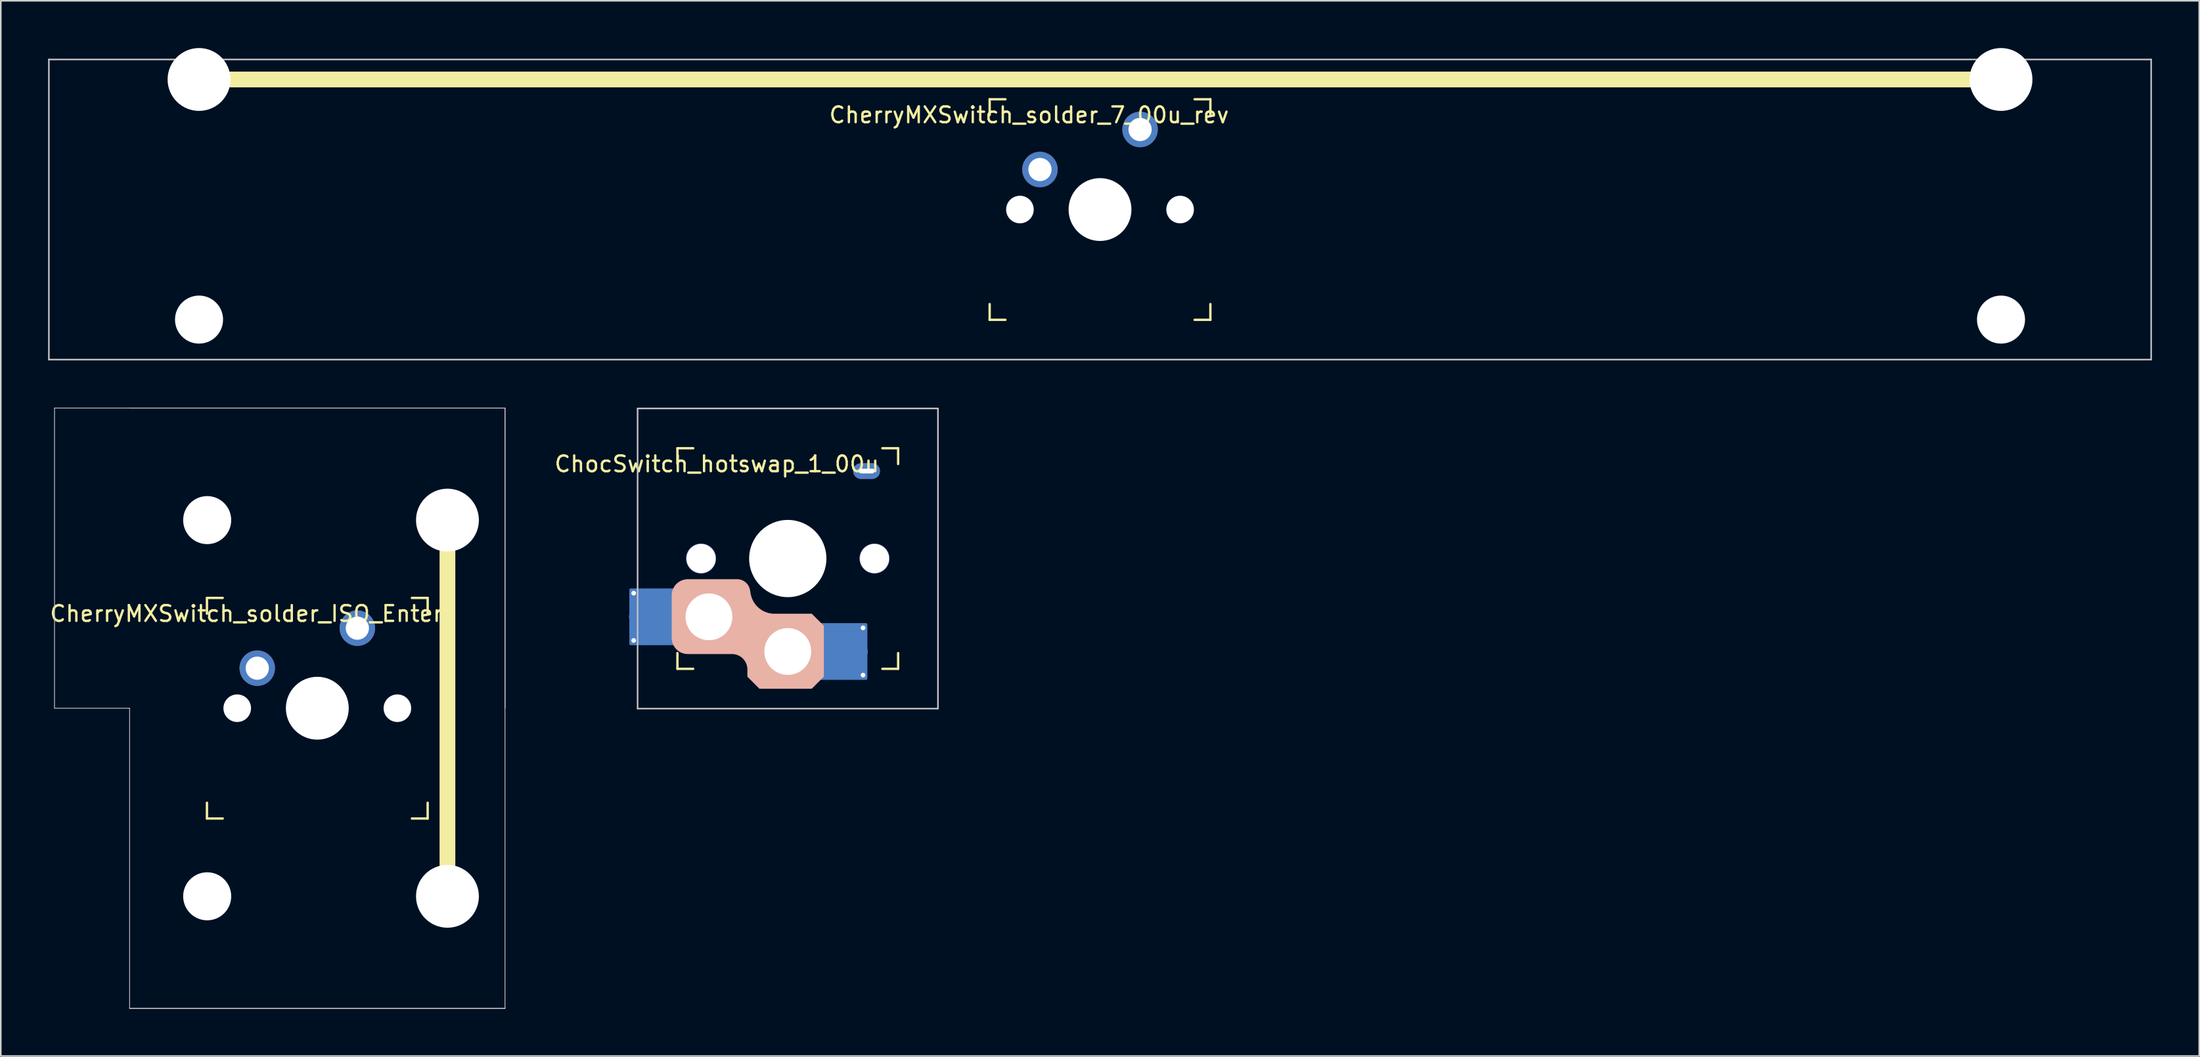
<source format=kicad_pcb>
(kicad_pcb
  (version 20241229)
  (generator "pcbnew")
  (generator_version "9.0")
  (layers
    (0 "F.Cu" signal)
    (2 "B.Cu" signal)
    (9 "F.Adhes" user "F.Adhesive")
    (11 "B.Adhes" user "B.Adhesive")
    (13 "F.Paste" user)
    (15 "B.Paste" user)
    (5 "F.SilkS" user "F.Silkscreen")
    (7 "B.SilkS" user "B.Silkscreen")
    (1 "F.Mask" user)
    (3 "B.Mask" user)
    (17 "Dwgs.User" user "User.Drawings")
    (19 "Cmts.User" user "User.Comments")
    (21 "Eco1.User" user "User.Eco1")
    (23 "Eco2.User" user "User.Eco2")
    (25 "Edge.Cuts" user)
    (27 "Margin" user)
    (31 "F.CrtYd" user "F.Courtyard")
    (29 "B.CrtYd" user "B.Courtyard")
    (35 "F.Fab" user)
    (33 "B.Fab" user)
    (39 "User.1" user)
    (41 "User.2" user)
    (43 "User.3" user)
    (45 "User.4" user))
  (footprint "ChocSwitch_hotswap_1_00u"
    (layer "F.Cu")
    (at 46.919 32.399)
    (property "Reference" "ChocSwitch_hotswap_1_00u" (at -4.5 -6 0) (unlocked yes) (layer "F.SilkS") (effects (font (size 1 1) (thickness 0.15))))
    (attr smd)
    (fp_line (start -7 -7) (end -6 -7) (stroke (width 0.15) (type solid)) (layer "F.SilkS"))
    (fp_line (start -7 -6) (end -7 -7) (stroke (width 0.15) (type solid)) (layer "F.SilkS"))
    (fp_line (start -7 7) (end -7 6) (stroke (width 0.15) (type solid)) (layer "F.SilkS"))
    (fp_line (start -6 7) (end -7 7) (stroke (width 0.15) (type solid)) (layer "F.SilkS"))
    (fp_line (start 6 7) (end 7 7) (stroke (width 0.15) (type solid)) (layer "F.SilkS"))
    (fp_line (start 7 -7) (end 6 -7) (stroke (width 0.15) (type solid)) (layer "F.SilkS"))
    (fp_line (start 7 -6) (end 7 -7) (stroke (width 0.15) (type solid)) (layer "F.SilkS"))
    (fp_line (start 7 7) (end 7 6) (stroke (width 0.15) (type solid)) (layer "F.SilkS"))
    (fp_line (start 9.525 9.525) (end 9.525 9.525) (stroke (width 0.071) (type solid)) (layer "B.SilkS"))
    (fp_poly (pts (xy -3.176 1.338) (xy -3.14 1.341) (xy -3.104 1.345) (xy -3.069 1.35) (xy -3.034 1.357) (xy -3 1.366) (xy -2.967 1.376) (xy -2.934 1.387) (xy -2.901 1.4) (xy -2.87 1.414) (xy -2.839 1.43) (xy -2.808 1.446) (xy -2.779 1.464) (xy -2.75 1.484) (xy -2.723 1.504) (xy -2.696 1.526) (xy -2.67 1.548) (xy -2.645 1.572) (xy -2.621 1.597) (xy -2.598 1.623) (xy -2.577 1.65) (xy -2.556 1.677) (xy -2.537 1.706) (xy -2.519 1.736) (xy -2.502 1.766) (xy -2.486 1.798) (xy -2.472 1.83) (xy -2.459 1.863) (xy -2.447 1.896) (xy -2.437 1.931) (xy -2.428 1.966) (xy -2.421 2.001) (xy -2.38 2.238) (xy -2.366 2.308) (xy -2.349 2.376) (xy -2.329 2.442) (xy -2.307 2.508) (xy -2.281 2.572) (xy -2.254 2.634) (xy -2.223 2.695) (xy -2.19 2.755) (xy -2.155 2.812) (xy -2.117 2.868) (xy -2.077 2.922) (xy -2.035 2.974) (xy -1.991 3.025) (xy -1.944 3.073) (xy -1.896 3.119) (xy -1.846 3.163) (xy -1.793 3.205) (xy -1.739 3.245) (xy -1.684 3.282) (xy -1.627 3.317) (xy -1.568 3.349) (xy -1.508 3.379) (xy -1.446 3.407) (xy -1.383 3.432) (xy -1.319 3.454) (xy -1.254 3.473) (xy -1.188 3.49) (xy -1.12 3.504) (xy -1.052 3.514) (xy -0.983 3.522) (xy -0.913 3.527) (xy -0.842 3.528) (xy 1.512 3.528) (xy 2.262 4.278) (xy 2.262 7.488) (xy 1.512 8.238) (xy -1.788 8.238) (xy -2.538 7.488) (xy -2.538 7.038) (xy -2.539 6.988) (xy -2.543 6.939) (xy -2.549 6.89) (xy -2.558 6.842) (xy -2.568 6.794) (xy -2.581 6.747) (xy -2.597 6.7) (xy -2.614 6.655) (xy -2.634 6.61) (xy -2.656 6.567) (xy -2.68 6.524) (xy -2.706 6.483) (xy -2.734 6.443) (xy -2.765 6.404) (xy -2.797 6.366) (xy -2.831 6.331) (xy -2.867 6.296) (xy -2.905 6.264) (xy -2.943 6.234) (xy -2.983 6.206) (xy -3.025 6.179) (xy -3.067 6.155) (xy -3.111 6.134) (xy -3.156 6.114) (xy -3.201 6.096) (xy -3.247 6.081) (xy -3.294 6.068) (xy -3.342 6.057) (xy -3.391 6.049) (xy -3.439 6.043) (xy -3.489 6.039) (xy -3.538 6.038) (xy -6.338 6.038) (xy -6.388 6.036) (xy -6.437 6.033) (xy -6.486 6.027) (xy -6.534 6.018) (xy -6.582 6.007) (xy -6.629 5.994) (xy -6.675 5.979) (xy -6.721 5.962) (xy -6.766 5.942) (xy -6.809 5.92) (xy -6.852 5.896) (xy -6.893 5.87) (xy -6.933 5.841) (xy -6.972 5.811) (xy -7.009 5.779) (xy -7.045 5.745) (xy -7.08 5.709) (xy -7.112 5.671) (xy -7.142 5.633) (xy -7.17 5.592) (xy -7.196 5.551) (xy -7.22 5.509) (xy -7.242 5.465) (xy -7.262 5.42) (xy -7.28 5.375) (xy -7.295 5.329) (xy -7.308 5.281) (xy -7.319 5.234) (xy -7.327 5.185) (xy -7.333 5.137) (xy -7.337 5.087) (xy -7.338 5.038) (xy -7.338 2.338) (xy -7.337 2.288) (xy -7.333 2.239) (xy -7.327 2.19) (xy -7.319 2.142) (xy -7.308 2.094) (xy -7.295 2.047) (xy -7.28 2) (xy -7.262 1.955) (xy -7.242 1.91) (xy -7.22 1.867) (xy -7.196 1.824) (xy -7.17 1.783) (xy -7.142 1.743) (xy -7.112 1.704) (xy -7.08 1.666) (xy -7.045 1.63) (xy -7.009 1.596) (xy -6.972 1.564) (xy -6.933 1.534) (xy -6.893 1.506) (xy -6.852 1.48) (xy -6.809 1.455) (xy -6.766 1.434) (xy -6.721 1.414) (xy -6.675 1.396) (xy -6.629 1.381) (xy -6.582 1.368) (xy -6.534 1.357) (xy -6.486 1.349) (xy -6.437 1.342) (xy -6.388 1.339) (xy -6.338 1.338) (xy -3.212 1.338)) (stroke (width 0.05) (type solid)) (fill yes) (layer "B.SilkS"))
    (fp_line (start -9.525 -9.525) (end 9.525 -9.525) (stroke (width 0.1) (type solid)) (layer "Dwgs.User"))
    (fp_line (start -9.525 9.525) (end -9.525 -9.525) (stroke (width 0.1) (type solid)) (layer "Dwgs.User"))
    (fp_line (start 9.525 -9.525) (end 9.525 9.525) (stroke (width 0.1) (type solid)) (layer "Dwgs.User"))
    (fp_line (start 9.525 9.525) (end -9.525 9.525) (stroke (width 0.1) (type solid)) (layer "Dwgs.User"))
    (fp_line (start -7 -7) (end 7 -7) (stroke (width 0.1) (type solid)) (layer "Eco1.User"))
    (fp_line (start -7 7) (end -7 -7) (stroke (width 0.1) (type solid)) (layer "Eco1.User"))
    (fp_line (start 7 -7) (end 7 7) (stroke (width 0.1) (type solid)) (layer "Eco1.User"))
    (fp_line (start 7 7) (end -7 7) (stroke (width 0.1) (type solid)) (layer "Eco1.User"))
    (fp_rect (start -1.75 -3.25) (end 1.75 -6.35) (stroke (width 0.1) (type solid)) (fill no) (layer "Eco1.User"))
    (fp_line (start 0 0) (end 0 -4.7) (stroke (width 0.05) (type solid)) (layer "Eco2.User"))
    (fp_line (start 0 0) (end 7 6.25) (stroke (width 0.05) (type solid)) (layer "Eco2.User"))
    (pad "" np_thru_hole circle (at -5.5 0 90) (size 1.9 1.9) (drill 1.85) (layers "*.Cu" "*.Mask"))
    (pad "" np_thru_hole circle (at -5 3.7 90) (size 3 3) (drill 2.97) (layers "*.Cu" "*.Mask"))
    (pad "" np_thru_hole circle (at 0 0 90) (size 4.9 4.9) (drill 4.9) (layers "*.Cu" "*.Mask"))
    (pad "" np_thru_hole circle (at 0 5.9 90) (size 2.97 2.97) (drill 2.97) (layers "*.Cu" "*.Mask"))
    (pad "" thru_hole oval (at 5 -5.55) (size 1.7 1) (drill oval 1 0.3) (layers "*.Cu" "*.Mask"))
    (pad "" np_thru_hole circle (at 5.5 0 90) (size 1.9 1.9) (drill 1.85) (layers "*.Cu" "*.Mask"))
    (pad "1" smd roundrect (at 3.3 5.9) (size 2.6 2.6) (layers "B.Cu" "B.Mask" "B.Paste") (roundrect_rratio 0.1))
    (pad "1" smd roundrect (at 3.5 5.9) (size 3.1 3.6) (layers "B.Cu") (roundrect_rratio 0.029))
    (pad "1" smd circle (at 4.575 5.9 180) (size 1 1) (layers "B.Cu" "B.Mask" "B.Paste"))
    (pad "1" thru_hole circle (at 4.775 4.4 180) (size 0.5 0.5) (drill 0.3) (layers "*.Cu" "F.Mask"))
    (pad "1" thru_hole circle (at 4.775 7.4 180) (size 0.5 0.5) (drill 0.3) (layers "*.Cu" "F.Mask"))
    (pad "2" thru_hole circle (at -9.775 2.2) (size 0.5 0.5) (drill 0.3) (layers "*.Cu" "F.Mask"))
    (pad "2" thru_hole circle (at -9.775 5.2) (size 0.5 0.5) (drill 0.3) (layers "*.Cu" "F.Mask"))
    (pad "2" smd circle (at -9.575 3.7) (size 1 1) (layers "B.Cu" "B.Mask" "B.Paste"))
    (pad "2" smd roundrect (at -8.5 3.7 180) (size 3.1 3.6) (layers "B.Cu") (roundrect_rratio 0.029))
    (pad "2" smd roundrect (at -8.3 3.7 180) (size 2.6 2.6) (layers "B.Cu" "B.Mask" "B.Paste") (roundrect_rratio 0.1)))
  (footprint "CherryMXSwitch_solder_7_00u_rev"
    (layer "F.Cu")
    (at 66.725 10.249)
    (property "Reference" "CherryMXSwitch_solder_7_00u_rev" (at -4.5 -6 0) (unlocked yes) (layer "F.SilkS") (effects (font (size 1 1) (thickness 0.15))))
    (attr smd)
    (fp_line (start -7 -7) (end -6 -7) (stroke (width 0.15) (type solid)) (layer "F.SilkS"))
    (fp_line (start -7 -6) (end -7 -7) (stroke (width 0.15) (type solid)) (layer "F.SilkS"))
    (fp_line (start -7 6) (end -7 7) (stroke (width 0.15) (type solid)) (layer "F.SilkS"))
    (fp_line (start -7 7) (end -6 7) (stroke (width 0.15) (type solid)) (layer "F.SilkS"))
    (fp_line (start 6 7) (end 7 7) (stroke (width 0.15) (type solid)) (layer "F.SilkS"))
    (fp_line (start 7 -7) (end 6 -7) (stroke (width 0.15) (type solid)) (layer "F.SilkS"))
    (fp_line (start 7 -7) (end 7 -6) (stroke (width 0.15) (type solid)) (layer "F.SilkS"))
    (fp_line (start 7 7) (end 7 6) (stroke (width 0.15) (type solid)) (layer "F.SilkS"))
    (fp_line (start 57.15 -8.255) (end -57.15 -8.255) (stroke (width 1) (type solid)) (layer "F.SilkS"))
    (fp_line (start -66.675 -9.525) (end 66.675 -9.525) (stroke (width 0.1) (type solid)) (layer "Dwgs.User"))
    (fp_line (start -66.675 9.525) (end -66.675 -9.525) (stroke (width 0.1) (type solid)) (layer "Dwgs.User"))
    (fp_line (start 66.675 -9.525) (end 66.675 9.525) (stroke (width 0.1) (type solid)) (layer "Dwgs.User"))
    (fp_line (start 66.675 9.525) (end -66.675 9.525) (stroke (width 0.1) (type solid)) (layer "Dwgs.User"))
    (fp_line (start -7 -7) (end 7 -7) (stroke (width 0.1) (type solid)) (layer "Eco1.User"))
    (fp_line (start -7 7) (end -7 -7) (stroke (width 0.1) (type solid)) (layer "Eco1.User"))
    (fp_line (start 7 -7) (end 7 7) (stroke (width 0.1) (type solid)) (layer "Eco1.User"))
    (fp_line (start 7 7) (end -7 7) (stroke (width 0.1) (type solid)) (layer "Eco1.User"))
    (fp_rect (start 1.75 3.25) (end -1.75 6.35) (stroke (width 0.1) (type solid)) (fill no) (layer "Eco1.User"))
    (fp_line (start 0 0) (end 0 4.8) (stroke (width 0.05) (type solid)) (layer "Eco2.User"))
    (fp_line (start 0 0) (end 8.262 0) (stroke (width 0.05) (type solid)) (layer "Eco2.User"))
    (pad "" np_thru_hole circle (at -57.15 -8.255) (size 3.988 3.988) (drill 3.988) (layers "*.Cu" "*.Mask"))
    (pad "" np_thru_hole circle (at -57.15 6.985) (size 3.048 3.048) (drill 3.048) (layers "*.Cu" "*.Mask"))
    (pad "" np_thru_hole circle (at -5.08 0 48.1) (size 1.75 1.75) (drill 1.75) (layers "*.Cu" "*.Mask"))
    (pad "" np_thru_hole circle (at 0 0) (size 3.988 3.988) (drill 3.988) (layers "*.Cu" "*.Mask"))
    (pad "" np_thru_hole circle (at 5.08 0 48.1) (size 1.75 1.75) (drill 1.75) (layers "*.Cu" "*.Mask"))
    (pad "" np_thru_hole circle (at 57.15 -8.255) (size 3.988 3.988) (drill 3.988) (layers "*.Cu" "*.Mask"))
    (pad "" np_thru_hole circle (at 57.15 6.985) (size 3.048 3.048) (drill 3.048) (layers "*.Cu" "*.Mask"))
    (pad "1" thru_hole circle (at -3.81 -2.54) (size 2.25 2.25) (drill 1.47) (layers "*.Cu" "*.Mask"))
    (pad "2" thru_hole circle (at 2.54 -5.08) (size 2.25 2.25) (drill 1.47) (layers "*.Cu" "*.Mask")))
  (footprint "CherryMXSwitch_solder_ISO_Enter"
    (layer "F.Cu")
    (at 17.077 41.899)
    (property "Reference" "CherryMXSwitch_solder_ISO_Enter" (at -4.5 -6 0) (unlocked yes) (layer "F.SilkS") (effects (font (size 1 1) (thickness 0.15))))
    (attr smd)
    (fp_line (start -7 -7) (end -6 -7) (stroke (width 0.15) (type solid)) (layer "F.SilkS"))
    (fp_line (start -7 -6) (end -7 -7) (stroke (width 0.15) (type solid)) (layer "F.SilkS"))
    (fp_line (start -7 6) (end -7 7) (stroke (width 0.15) (type solid)) (layer "F.SilkS"))
    (fp_line (start -7 7) (end -6 7) (stroke (width 0.15) (type solid)) (layer "F.SilkS"))
    (fp_line (start 6 7) (end 7 7) (stroke (width 0.15) (type solid)) (layer "F.SilkS"))
    (fp_line (start 7 -7) (end 6 -7) (stroke (width 0.15) (type solid)) (layer "F.SilkS"))
    (fp_line (start 7 -7) (end 7 -6) (stroke (width 0.15) (type solid)) (layer "F.SilkS"))
    (fp_line (start 7 7) (end 7 6) (stroke (width 0.15) (type solid)) (layer "F.SilkS"))
    (fp_line (start 8.255 11.938) (end 8.255 -11.938) (stroke (width 1) (type solid)) (layer "F.SilkS"))
    (fp_line (start -16.669 -19.05) (end -16.669 0) (stroke (width 0.05) (type solid)) (layer "Dwgs.User"))
    (fp_line (start -16.669 -19.05) (end 11.906 -19.05) (stroke (width 0.05) (type solid)) (layer "Dwgs.User"))
    (fp_line (start -16.669 0) (end -11.906 0) (stroke (width 0.05) (type solid)) (layer "Dwgs.User"))
    (fp_line (start -11.906 -19.05) (end 11.906 -19.05) (stroke (width 0.05) (type solid)) (layer "Dwgs.User"))
    (fp_line (start -11.906 0) (end -11.906 19.05) (stroke (width 0.05) (type solid)) (layer "Dwgs.User"))
    (fp_line (start 11.906 -19.05) (end 11.906 19.05) (stroke (width 0.05) (type solid)) (layer "Dwgs.User"))
    (fp_line (start 11.906 0) (end 11.906 -19.05) (stroke (width 0.05) (type solid)) (layer "Dwgs.User"))
    (fp_line (start 11.906 19.05) (end -11.906 19.05) (stroke (width 0.05) (type solid)) (layer "Dwgs.User"))
    (fp_line (start 11.906 19.05) (end -11.906 19.05) (stroke (width 0.05) (type solid)) (layer "Dwgs.User"))
    (fp_line (start -7 -7) (end 7 -7) (stroke (width 0.1) (type solid)) (layer "Eco1.User"))
    (fp_line (start -7 7) (end -7 -7) (stroke (width 0.1) (type solid)) (layer "Eco1.User"))
    (fp_line (start 7 -7) (end 7 7) (stroke (width 0.1) (type solid)) (layer "Eco1.User"))
    (fp_line (start 7 7) (end -7 7) (stroke (width 0.1) (type solid)) (layer "Eco1.User"))
    (fp_rect (start 1.75 3.25) (end -1.75 6.35) (stroke (width 0.1) (type solid)) (fill no) (layer "Eco1.User"))
    (fp_line (start 0 0) (end 0 4.8) (stroke (width 0.05) (type solid)) (layer "Eco2.User"))
    (fp_line (start 0 0) (end 8.262 0) (stroke (width 0.05) (type solid)) (layer "Eco2.User"))
    (pad "" np_thru_hole circle (at -6.985 -11.938 90) (size 3.048 3.048) (drill 3.048) (layers "*.Cu" "*.Mask"))
    (pad "" np_thru_hole circle (at -6.985 11.938 90) (size 3.048 3.048) (drill 3.048) (layers "*.Cu" "*.Mask"))
    (pad "" np_thru_hole circle (at -5.08 0 48.1) (size 1.75 1.75) (drill 1.75) (layers "*.Cu" "*.Mask"))
    (pad "" np_thru_hole circle (at 0 0) (size 3.988 3.988) (drill 3.988) (layers "*.Cu" "*.Mask"))
    (pad "" np_thru_hole circle (at 5.08 0 48.1) (size 1.75 1.75) (drill 1.75) (layers "*.Cu" "*.Mask"))
    (pad "" np_thru_hole circle (at 8.255 -11.938 90) (size 3.988 3.988) (drill 3.988) (layers "*.Cu" "*.Mask"))
    (pad "" np_thru_hole circle (at 8.255 11.938 90) (size 3.988 3.988) (drill 3.988) (layers "*.Cu" "*.Mask"))
    (pad "1" thru_hole circle (at -3.81 -2.54) (size 2.25 2.25) (drill 1.47) (layers "*.Cu" "*.Mask"))
    (pad "2" thru_hole circle (at 2.54 -5.08) (size 2.25 2.25) (drill 1.47) (layers "*.Cu" "*.Mask")))
  (gr_rect
    (start -3 -3)
    (end 136.45 63.974)
    (stroke (width 0.1) (type default))
    (fill no)
    (layer "Edge.Cuts")))
</source>
